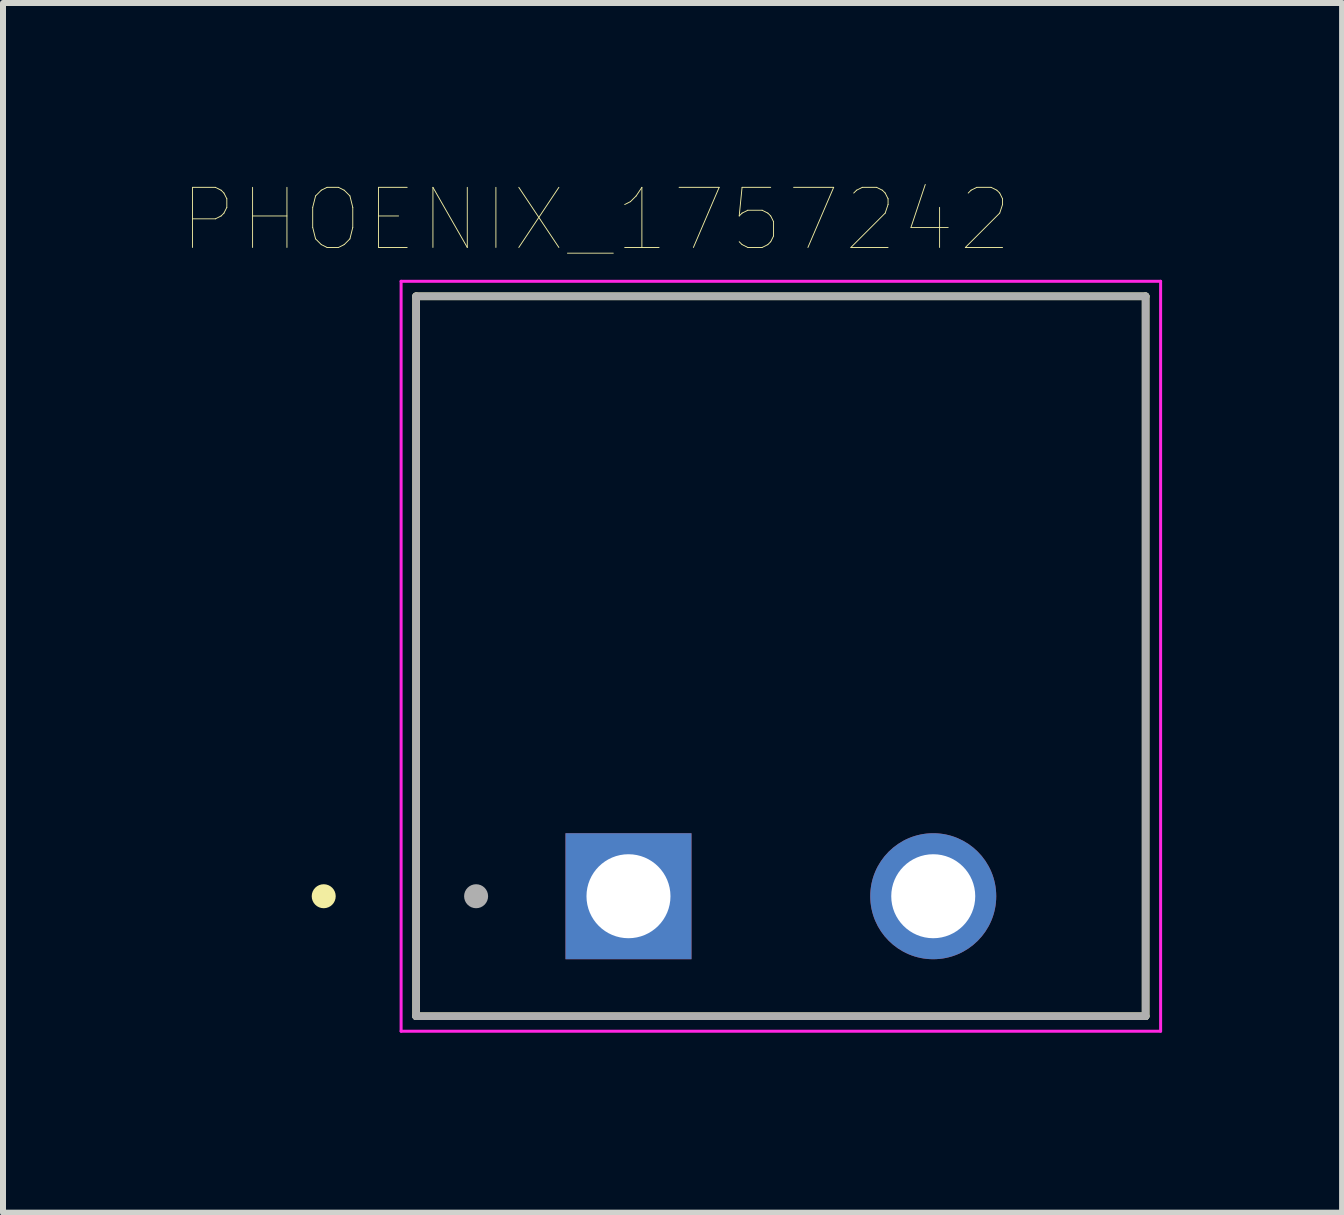
<source format=kicad_pcb>
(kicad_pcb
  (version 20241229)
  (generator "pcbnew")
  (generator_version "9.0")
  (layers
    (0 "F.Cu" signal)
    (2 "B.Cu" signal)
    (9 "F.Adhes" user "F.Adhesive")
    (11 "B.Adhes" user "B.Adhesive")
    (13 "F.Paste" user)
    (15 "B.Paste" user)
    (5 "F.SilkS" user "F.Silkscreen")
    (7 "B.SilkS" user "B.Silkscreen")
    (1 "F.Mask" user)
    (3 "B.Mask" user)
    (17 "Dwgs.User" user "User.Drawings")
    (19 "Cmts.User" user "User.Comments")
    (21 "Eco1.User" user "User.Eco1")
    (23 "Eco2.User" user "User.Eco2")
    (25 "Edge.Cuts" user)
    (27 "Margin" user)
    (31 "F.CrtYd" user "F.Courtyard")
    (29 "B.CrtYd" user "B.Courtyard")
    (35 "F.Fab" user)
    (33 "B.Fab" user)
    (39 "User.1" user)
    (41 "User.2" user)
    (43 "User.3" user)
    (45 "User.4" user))
  (footprint "PHOENIX_1757242"
    (layer "F.Cu")
    (at 9.966 7.889)
    (property "Reference" "PHOENIX_1757242" (at -3.08 -7.277 0) (layer "F.SilkS") (effects (font (size 1.002 1.002) (thickness 0.015))))
    (attr through_hole)
    (fp_line (start -6.08 -6) (end 6.08 -6) (stroke (width 0.127) (type solid)) (layer "F.SilkS"))
    (fp_line (start -6.08 6) (end -6.08 -6) (stroke (width 0.127) (type solid)) (layer "F.SilkS"))
    (fp_line (start 6.08 -6) (end 6.08 6) (stroke (width 0.127) (type solid)) (layer "F.SilkS"))
    (fp_line (start 6.08 6) (end -6.08 6) (stroke (width 0.127) (type solid)) (layer "F.SilkS"))
    (fp_circle (center -7.62 4) (end -7.52 4) (stroke (width 0.2) (type solid)) (fill no) (layer "F.SilkS"))
    (fp_line (start -6.33 -6.25) (end 6.33 -6.25) (stroke (width 0.05) (type solid)) (layer "F.CrtYd"))
    (fp_line (start -6.33 6.25) (end -6.33 -6.25) (stroke (width 0.05) (type solid)) (layer "F.CrtYd"))
    (fp_line (start 6.33 -6.25) (end 6.33 6.25) (stroke (width 0.05) (type solid)) (layer "F.CrtYd"))
    (fp_line (start 6.33 6.25) (end -6.33 6.25) (stroke (width 0.05) (type solid)) (layer "F.CrtYd"))
    (fp_line (start -6.08 -6) (end 6.08 -6) (stroke (width 0.127) (type solid)) (layer "F.Fab"))
    (fp_line (start -6.08 6) (end -6.08 -6) (stroke (width 0.127) (type solid)) (layer "F.Fab"))
    (fp_line (start 6.08 -6) (end 6.08 6) (stroke (width 0.127) (type solid)) (layer "F.Fab"))
    (fp_line (start 6.08 6) (end -6.08 6) (stroke (width 0.127) (type solid)) (layer "F.Fab"))
    (fp_circle (center -5.08 4) (end -4.98 4) (stroke (width 0.2) (type solid)) (fill no) (layer "F.Fab"))
    (pad "1" thru_hole rect (at -2.54 4) (size 2.1 2.1) (drill 1.4) (layers "*.Cu" "*.Mask"))
    (pad "2" thru_hole circle (at 2.54 4) (size 2.1 2.1) (drill 1.4) (layers "*.Cu" "*.Mask")))
  (gr_rect
    (start -3 -3)
    (end 19.321 17.164)
    (stroke (width 0.1) (type default))
    (fill no)
    (layer "Edge.Cuts")))
</source>
